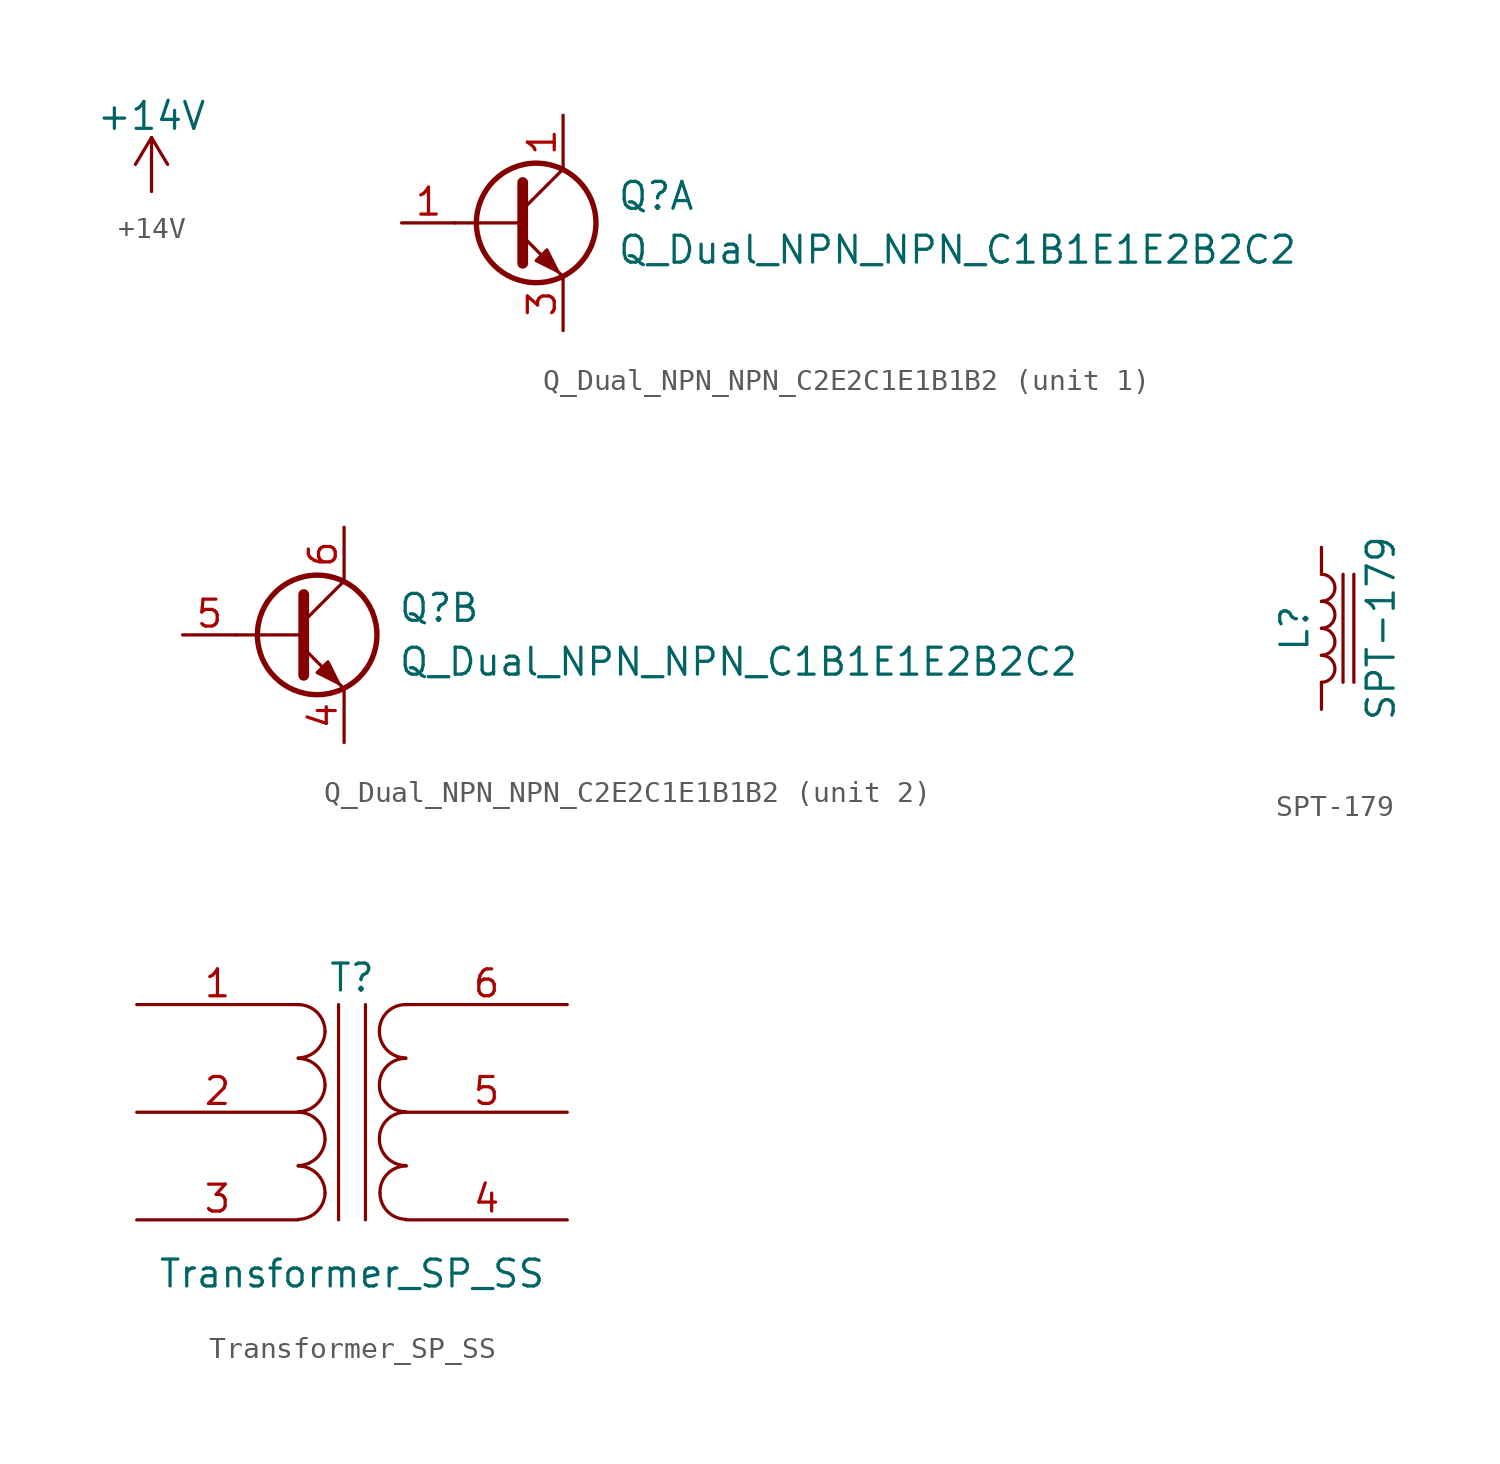
<source format=kicad_sym>
(kicad_symbol_lib
  (version 20241209)
  (generator "kicad_symbol_editor")
  (generator_version "9.0")
  (symbol "+14V"
    (power)
    (pin_numbers
      (hide yes))
    (pin_names
      (offset 0)
      (hide yes))
    (property "Reference" "#PWR"
      (at 0 -3.81 0)
      (effects (font (size 1.27 1.27)) (hide yes)))
    (property "Value" "+14V"
      (at 0 3.556 0)
      (effects (font (size 1.27 1.27))))
    (symbol "+14V_0_1"
      (polyline (pts (xy -0.762 1.27) (xy 0 2.54)) (stroke (width 0) (type default)) (fill (type none)))
      (polyline (pts (xy 0 2.54) (xy 0.762 1.27)) (stroke (width 0) (type default)) (fill (type none)))
      (polyline (pts (xy 0 0) (xy 0 2.54)) (stroke (width 0) (type default)) (fill (type none))))
    (symbol "+14V_1_1"
      (pin power_in line (at 0 0 90) (length 0) (name "~" (effects (font (size 1.27 1.27)))) (number "1" (effects (font (size 1.27 1.27)))))))
  (symbol "Q_Dual_NPN_NPN_C2E2C1E1B1B2"
    (pin_names
      (offset 0)
      (hide yes))
    (property "Reference" "Q"
      (at 5.08 1.27 0)
      (effects (font (size 1.27 1.27)) (justify left)))
    (property "Value" "Q_Dual_NPN_NPN_C1B1E1E2B2C2"
      (at 5.08 -1.27 0)
      (effects (font (size 1.27 1.27)) (justify left)))
    (property "ki_locked" ""
      (at 0 0 0)
      (effects (font (size 1.27 1.27))))
    (symbol "Q_Dual_NPN_NPN_C2E2C1E1B1B2_0_1"
      (polyline (pts (xy 0.635 1.905) (xy 0.635 -1.905) (xy 0.635 -1.905)) (stroke (width 0.508) (type default)) (fill (type none)))
      (polyline (pts (xy 0.635 0.635) (xy 2.54 2.54)) (stroke (width 0) (type default)) (fill (type none)))
      (polyline (pts (xy 0.635 0) (xy -2.54 0)) (stroke (width 0) (type default)) (fill (type none)))
      (polyline (pts (xy 0.635 -0.635) (xy 2.54 -2.54) (xy 2.54 -2.54)) (stroke (width 0) (type default)) (fill (type none)))
      (circle (center 1.27 0) (radius 2.819) (stroke (width 0.254) (type default)) (fill (type none)))
      (polyline (pts (xy 1.27 -1.778) (xy 1.778 -1.27) (xy 2.286 -2.286) (xy 1.27 -1.778) (xy 1.27 -1.778)) (stroke (width 0) (type default)) (fill (type outline))))
    (symbol "Q_Dual_NPN_NPN_C2E2C1E1B1B2_1_1"
      (pin input line (at -5.08 0 0) (length 2.54) (name "201" (effects (font (size 1.27 1.27)))) (number "1" (effects (font (size 1.27 1.27)))))
      (pin passive line (at 2.54 5.08 270) (length 2.54) (name "C1" (effects (font (size 1.27 1.27)))) (number "1" (effects (font (size 1.27 1.27)))))
      (pin passive line (at 2.54 -5.08 90) (length 2.54) (name "E1" (effects (font (size 1.27 1.27)))) (number "3" (effects (font (size 1.27 1.27))))))
    (symbol "Q_Dual_NPN_NPN_C2E2C1E1B1B2_2_1"
      (pin input line (at -5.08 0 0) (length 2.54) (name "202" (effects (font (size 1.27 1.27)))) (number "5" (effects (font (size 1.27 1.27)))))
      (pin passive line (at 2.54 5.08 270) (length 2.54) (name "C2" (effects (font (size 1.27 1.27)))) (number "6" (effects (font (size 1.27 1.27)))))
      (pin passive line (at 2.54 -5.08 90) (length 2.54) (name "E2" (effects (font (size 1.27 1.27)))) (number "4" (effects (font (size 1.27 1.27)))))))
  (symbol "SPT-179"
    (pin_numbers
      (hide yes))
    (pin_names
      (offset 1.016)
      (hide yes))
    (property "Reference" "L"
      (at -1.27 0 90)
      (effects (font (size 1.27 1.27))))
    (property "Value" "SPT-179"
      (at 2.794 0 90)
      (effects (font (size 1.27 1.27))))
    (symbol "SPT-179_0_1"
      (arc (start 0 2.54) (mid 0.6323 1.905) (end 0 1.27) (stroke (width 0) (type default)) (fill (type none)))
      (arc (start 0 1.27) (mid 0.6323 0.635) (end 0 0) (stroke (width 0) (type default)) (fill (type none)))
      (arc (start 0 0) (mid 0.6323 -0.635) (end 0 -1.27) (stroke (width 0) (type default)) (fill (type none)))
      (arc (start 0 -1.27) (mid 0.6323 -1.905) (end 0 -2.54) (stroke (width 0) (type default)) (fill (type none)))
      (polyline (pts (xy 1.016 2.54) (xy 1.016 -2.54)) (stroke (width 0) (type default)) (fill (type none)))
      (polyline (pts (xy 1.524 -2.54) (xy 1.524 2.54)) (stroke (width 0) (type default)) (fill (type none))))
    (symbol "SPT-179_1_1"
      (pin no_connect line (at -2.54 5.08 0) (length 0) (hide yes) (name "" (effects (font (size 1.27 1.27)))) (number "2" (effects (font (size 1.27 1.27)))))
      (pin no_connect line (at -2.54 3.81 0) (length 0) (hide yes) (name "" (effects (font (size 1.27 1.27)))) (number "3" (effects (font (size 1.27 1.27)))))
      (pin no_connect line (at -2.54 2.54 0) (length 0) (hide yes) (name "" (effects (font (size 1.27 1.27)))) (number "4" (effects (font (size 1.27 1.27)))))
      (pin no_connect line (at -2.54 1.27 0) (length 0) (hide yes) (name "" (effects (font (size 1.27 1.27)))) (number "5" (effects (font (size 1.27 1.27)))))
      (pin no_connect line (at -2.54 0 0) (length 0) (hide yes) (name "" (effects (font (size 1.27 1.27)))) (number "6" (effects (font (size 1.27 1.27)))))
      (pin no_connect line (at -2.54 -1.27 0) (length 0) (hide yes) (name "" (effects (font (size 1.27 1.27)))) (number "7" (effects (font (size 1.27 1.27)))))
      (pin no_connect line (at -2.54 -2.54 0) (length 0) (hide yes) (name "" (effects (font (size 1.27 1.27)))) (number "8" (effects (font (size 1.27 1.27)))))
      (pin no_connect line (at -2.54 -3.81 0) (length 0) (hide yes) (name "" (effects (font (size 1.27 1.27)))) (number "9" (effects (font (size 1.27 1.27)))))
      (pin no_connect line (at -2.54 -5.08 0) (length 0) (hide yes) (name "" (effects (font (size 1.27 1.27)))) (number "10" (effects (font (size 1.27 1.27)))))
      (pin no_connect line (at -2.54 -6.35 0) (length 0) (hide yes) (name "" (effects (font (size 1.27 1.27)))) (number "11" (effects (font (size 1.27 1.27)))))
      (pin passive line (at 0 3.81 270) (length 1.27) (name "1" (effects (font (size 1.27 1.27)))) (number "1" (effects (font (size 1.27 1.27)))))
      (pin passive line (at 0 -3.81 90) (length 1.27) (name "12" (effects (font (size 1.27 1.27)))) (number "12" (effects (font (size 1.27 1.27)))))))
  (symbol "Transformer_SP_SS"
    (pin_names
      (offset 1.016)
      (hide yes))
    (property "Reference" "T"
      (at 0 6.35 0)
      (effects (font (size 1.27 1.27))))
    (property "Value" "Transformer_SP_SS"
      (at 0 -7.62 0)
      (effects (font (size 1.27 1.27))))
    (symbol "Transformer_SP_SS_0_1"
      (arc (start -1.27 3.81) (mid -1.656 2.9336) (end -2.54 2.5654) (stroke (width 0) (type default)) (fill (type none)))
      (arc (start -1.27 1.27) (mid -1.656 0.3936) (end -2.54 0.0254) (stroke (width 0) (type default)) (fill (type none)))
      (arc (start -1.27 -1.27) (mid -1.656 -2.1464) (end -2.54 -2.5146) (stroke (width 0) (type default)) (fill (type none)))
      (arc (start -1.27 -3.81) (mid -1.656 -4.6864) (end -2.54 -5.0546) (stroke (width 0) (type default)) (fill (type none)))
      (arc (start -2.54 5.08) (mid -1.642 4.708) (end -1.27 3.81) (stroke (width 0) (type default)) (fill (type none)))
      (arc (start -2.54 2.54) (mid -1.642 2.168) (end -1.27 1.27) (stroke (width 0) (type default)) (fill (type none)))
      (arc (start -2.54 0) (mid -1.642 -0.372) (end -1.27 -1.27) (stroke (width 0) (type default)) (fill (type none)))
      (arc (start -2.54 -2.54) (mid -1.642 -2.912) (end -1.27 -3.81) (stroke (width 0) (type default)) (fill (type none)))
      (polyline (pts (xy -0.635 5.08) (xy -0.635 -5.08)) (stroke (width 0) (type default)) (fill (type none)))
      (polyline (pts (xy 0.635 -5.08) (xy 0.635 5.08)) (stroke (width 0) (type default)) (fill (type none)))
      (arc (start 1.2954 3.81) (mid 1.6457 4.7117) (end 2.54 5.08) (stroke (width 0) (type default)) (fill (type none)))
      (arc (start 1.2954 1.27) (mid 1.6457 2.1717) (end 2.54 2.54) (stroke (width 0) (type default)) (fill (type none)))
      (arc (start 1.2954 -1.27) (mid 1.6457 -0.3683) (end 2.54 0) (stroke (width 0) (type default)) (fill (type none)))
      (arc (start 2.54 2.5654) (mid 1.6599 2.9299) (end 1.2954 3.81) (stroke (width 0) (type default)) (fill (type none)))
      (arc (start 2.54 0.0254) (mid 1.6599 0.3899) (end 1.2954 1.27) (stroke (width 0) (type default)) (fill (type none)))
      (arc (start 2.54 -2.5146) (mid 1.6599 -2.1501) (end 1.2954 -1.27) (stroke (width 0) (type default)) (fill (type none)))
      (arc (start 1.3208 -3.81) (mid 1.6711 -2.9085) (end 2.5654 -2.54) (stroke (width 0) (type default)) (fill (type none)))
      (arc (start 2.5654 -5.0546) (mid 1.6851 -4.6902) (end 1.3208 -3.81) (stroke (width 0) (type default)) (fill (type none))))
    (symbol "Transformer_SP_SS_1_1"
      (pin passive line (at -10.16 5.08 0) (length 7.62) (name "AA" (effects (font (size 1.27 1.27)))) (number "1" (effects (font (size 1.27 1.27)))))
      (pin passive line (at -10.16 0 0) (length 7.62) (name "AC" (effects (font (size 1.27 1.27)))) (number "2" (effects (font (size 1.27 1.27)))))
      (pin passive line (at -10.16 -5.08 0) (length 7.62) (name "AB" (effects (font (size 1.27 1.27)))) (number "3" (effects (font (size 1.27 1.27)))))
      (pin passive line (at 10.16 5.08 180) (length 7.62) (name "SB" (effects (font (size 1.27 1.27)))) (number "6" (effects (font (size 1.27 1.27)))))
      (pin passive line (at 10.16 0 180) (length 7.62) (name "SC" (effects (font (size 1.27 1.27)))) (number "5" (effects (font (size 1.27 1.27)))))
      (pin passive line (at 10.16 -5.08 180) (length 7.62) (name "SA" (effects (font (size 1.27 1.27)))) (number "4" (effects (font (size 1.27 1.27))))))))
</source>
